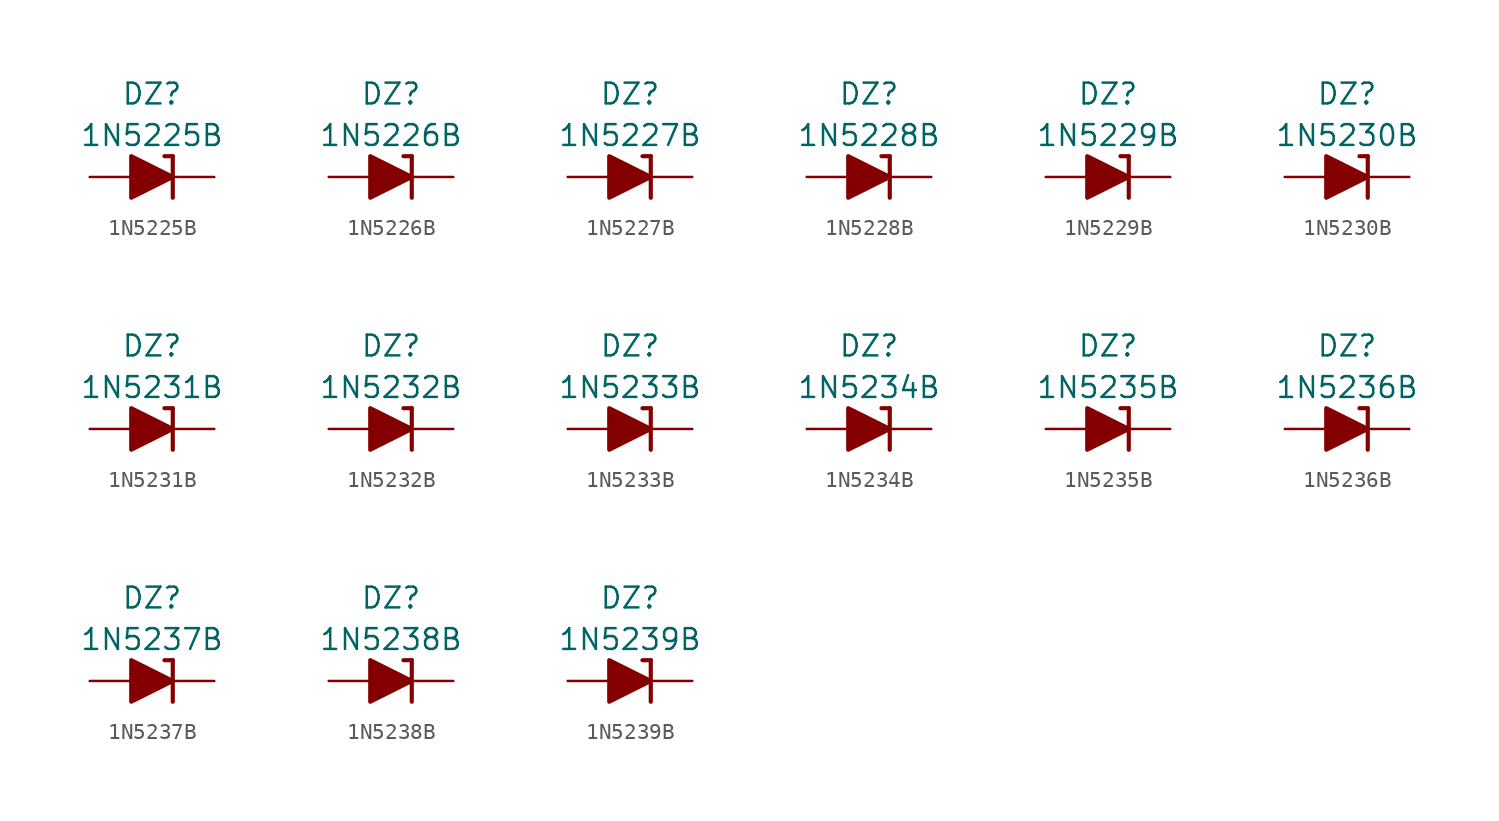
<source format=kicad_sym>
(kicad_symbol_lib
  (version 20211014)
  (generator kicad_symbol_editor)
  (symbol "1N5225B"
    (pin_numbers hide)
    (pin_names
      (offset 1.016) hide)
    (property "Reference" "DZ"
      (at 0 5.08 0)
      (effects (font (size 1.27 1.27))))
    (property "Value" "1N5225B"
      (at 0 2.54 0)
      (effects (font (size 1.27 1.27))))
    (symbol "1N5225B_0_1"
      (polyline (pts (xy -1.27 0) (xy 1.27 0)) (stroke (width 0) (type default) (color 0 0 0 0)) (fill (type none)))
      (polyline (pts (xy 1.27 1.27) (xy 0.762 1.27)) (stroke (width 0.254) (type default) (color 0 0 0 0)) (fill (type none)))
      (polyline (pts (xy 1.27 1.27) (xy 1.27 -1.27)) (stroke (width 0.254) (type default) (color 0 0 0 0)) (fill (type none)))
      (polyline (pts (xy -1.27 -1.27) (xy -1.27 1.27) (xy 1.27 0) (xy -1.27 -1.27)) (stroke (width 0.254) (type default) (color 0 0 0 0)) (fill (type outline))))
    (symbol "1N5225B_1_1"
      (pin passive line (at 3.81 0 180) (length 2.54) (name "K" (effects (font (size 1.27 1.27)))) (number "1" (effects (font (size 1.27 1.27)))))
      (pin passive line (at -3.81 0 0) (length 2.54) (name "A" (effects (font (size 1.27 1.27)))) (number "2" (effects (font (size 1.27 1.27)))))))
  (symbol "1N5226B"
    (pin_numbers hide)
    (pin_names
      (offset 1.016) hide)
    (property "Reference" "DZ"
      (at 0 5.08 0)
      (effects (font (size 1.27 1.27))))
    (property "Value" "1N5226B"
      (at 0 2.54 0)
      (effects (font (size 1.27 1.27))))
    (symbol "1N5226B_0_1"
      (polyline (pts (xy -1.27 0) (xy 1.27 0)) (stroke (width 0) (type default) (color 0 0 0 0)) (fill (type none)))
      (polyline (pts (xy 1.27 1.27) (xy 0.762 1.27)) (stroke (width 0.254) (type default) (color 0 0 0 0)) (fill (type none)))
      (polyline (pts (xy 1.27 1.27) (xy 1.27 -1.27)) (stroke (width 0.254) (type default) (color 0 0 0 0)) (fill (type none)))
      (polyline (pts (xy -1.27 -1.27) (xy -1.27 1.27) (xy 1.27 0) (xy -1.27 -1.27)) (stroke (width 0.254) (type default) (color 0 0 0 0)) (fill (type outline))))
    (symbol "1N5226B_1_1"
      (pin passive line (at 3.81 0 180) (length 2.54) (name "K" (effects (font (size 1.27 1.27)))) (number "1" (effects (font (size 1.27 1.27)))))
      (pin passive line (at -3.81 0 0) (length 2.54) (name "A" (effects (font (size 1.27 1.27)))) (number "2" (effects (font (size 1.27 1.27)))))))
  (symbol "1N5227B"
    (pin_numbers hide)
    (pin_names
      (offset 1.016) hide)
    (property "Reference" "DZ"
      (at 0 5.08 0)
      (effects (font (size 1.27 1.27))))
    (property "Value" "1N5227B"
      (at 0 2.54 0)
      (effects (font (size 1.27 1.27))))
    (symbol "1N5227B_0_1"
      (polyline (pts (xy -1.27 0) (xy 1.27 0)) (stroke (width 0) (type default) (color 0 0 0 0)) (fill (type none)))
      (polyline (pts (xy 1.27 1.27) (xy 0.762 1.27)) (stroke (width 0.254) (type default) (color 0 0 0 0)) (fill (type none)))
      (polyline (pts (xy 1.27 1.27) (xy 1.27 -1.27)) (stroke (width 0.254) (type default) (color 0 0 0 0)) (fill (type none)))
      (polyline (pts (xy -1.27 -1.27) (xy -1.27 1.27) (xy 1.27 0) (xy -1.27 -1.27)) (stroke (width 0.254) (type default) (color 0 0 0 0)) (fill (type outline))))
    (symbol "1N5227B_1_1"
      (pin passive line (at 3.81 0 180) (length 2.54) (name "K" (effects (font (size 1.27 1.27)))) (number "1" (effects (font (size 1.27 1.27)))))
      (pin passive line (at -3.81 0 0) (length 2.54) (name "A" (effects (font (size 1.27 1.27)))) (number "2" (effects (font (size 1.27 1.27)))))))
  (symbol "1N5228B"
    (pin_numbers hide)
    (pin_names
      (offset 1.016) hide)
    (property "Reference" "DZ"
      (at 0 5.08 0)
      (effects (font (size 1.27 1.27))))
    (property "Value" "1N5228B"
      (at 0 2.54 0)
      (effects (font (size 1.27 1.27))))
    (symbol "1N5228B_0_1"
      (polyline (pts (xy -1.27 0) (xy 1.27 0)) (stroke (width 0) (type default) (color 0 0 0 0)) (fill (type none)))
      (polyline (pts (xy 1.27 1.27) (xy 0.762 1.27)) (stroke (width 0.254) (type default) (color 0 0 0 0)) (fill (type none)))
      (polyline (pts (xy 1.27 1.27) (xy 1.27 -1.27)) (stroke (width 0.254) (type default) (color 0 0 0 0)) (fill (type none)))
      (polyline (pts (xy -1.27 -1.27) (xy -1.27 1.27) (xy 1.27 0) (xy -1.27 -1.27)) (stroke (width 0.254) (type default) (color 0 0 0 0)) (fill (type outline))))
    (symbol "1N5228B_1_1"
      (pin passive line (at 3.81 0 180) (length 2.54) (name "K" (effects (font (size 1.27 1.27)))) (number "1" (effects (font (size 1.27 1.27)))))
      (pin passive line (at -3.81 0 0) (length 2.54) (name "A" (effects (font (size 1.27 1.27)))) (number "2" (effects (font (size 1.27 1.27)))))))
  (symbol "1N5229B"
    (pin_numbers hide)
    (pin_names
      (offset 1.016) hide)
    (property "Reference" "DZ"
      (at 0 5.08 0)
      (effects (font (size 1.27 1.27))))
    (property "Value" "1N5229B"
      (at 0 2.54 0)
      (effects (font (size 1.27 1.27))))
    (symbol "1N5229B_0_1"
      (polyline (pts (xy -1.27 0) (xy 1.27 0)) (stroke (width 0) (type default) (color 0 0 0 0)) (fill (type none)))
      (polyline (pts (xy 1.27 1.27) (xy 0.762 1.27)) (stroke (width 0.254) (type default) (color 0 0 0 0)) (fill (type none)))
      (polyline (pts (xy 1.27 1.27) (xy 1.27 -1.27)) (stroke (width 0.254) (type default) (color 0 0 0 0)) (fill (type none)))
      (polyline (pts (xy -1.27 -1.27) (xy -1.27 1.27) (xy 1.27 0) (xy -1.27 -1.27)) (stroke (width 0.254) (type default) (color 0 0 0 0)) (fill (type outline))))
    (symbol "1N5229B_1_1"
      (pin passive line (at 3.81 0 180) (length 2.54) (name "K" (effects (font (size 1.27 1.27)))) (number "1" (effects (font (size 1.27 1.27)))))
      (pin passive line (at -3.81 0 0) (length 2.54) (name "A" (effects (font (size 1.27 1.27)))) (number "2" (effects (font (size 1.27 1.27)))))))
  (symbol "1N5230B"
    (pin_numbers hide)
    (pin_names
      (offset 1.016) hide)
    (property "Reference" "DZ"
      (at 0 5.08 0)
      (effects (font (size 1.27 1.27))))
    (property "Value" "1N5230B"
      (at 0 2.54 0)
      (effects (font (size 1.27 1.27))))
    (symbol "1N5230B_0_1"
      (polyline (pts (xy -1.27 0) (xy 1.27 0)) (stroke (width 0) (type default) (color 0 0 0 0)) (fill (type none)))
      (polyline (pts (xy 1.27 1.27) (xy 0.762 1.27)) (stroke (width 0.254) (type default) (color 0 0 0 0)) (fill (type none)))
      (polyline (pts (xy 1.27 1.27) (xy 1.27 -1.27)) (stroke (width 0.254) (type default) (color 0 0 0 0)) (fill (type none)))
      (polyline (pts (xy -1.27 -1.27) (xy -1.27 1.27) (xy 1.27 0) (xy -1.27 -1.27)) (stroke (width 0.254) (type default) (color 0 0 0 0)) (fill (type outline))))
    (symbol "1N5230B_1_1"
      (pin passive line (at 3.81 0 180) (length 2.54) (name "K" (effects (font (size 1.27 1.27)))) (number "1" (effects (font (size 1.27 1.27)))))
      (pin passive line (at -3.81 0 0) (length 2.54) (name "A" (effects (font (size 1.27 1.27)))) (number "2" (effects (font (size 1.27 1.27)))))))
  (symbol "1N5231B"
    (pin_numbers hide)
    (pin_names
      (offset 1.016) hide)
    (property "Reference" "DZ"
      (at 0 5.08 0)
      (effects (font (size 1.27 1.27))))
    (property "Value" "1N5231B"
      (at 0 2.54 0)
      (effects (font (size 1.27 1.27))))
    (symbol "1N5231B_0_1"
      (polyline (pts (xy -1.27 0) (xy 1.27 0)) (stroke (width 0) (type default) (color 0 0 0 0)) (fill (type none)))
      (polyline (pts (xy 1.27 1.27) (xy 0.762 1.27)) (stroke (width 0.254) (type default) (color 0 0 0 0)) (fill (type none)))
      (polyline (pts (xy 1.27 1.27) (xy 1.27 -1.27)) (stroke (width 0.254) (type default) (color 0 0 0 0)) (fill (type none)))
      (polyline (pts (xy -1.27 -1.27) (xy -1.27 1.27) (xy 1.27 0) (xy -1.27 -1.27)) (stroke (width 0.254) (type default) (color 0 0 0 0)) (fill (type outline))))
    (symbol "1N5231B_1_1"
      (pin passive line (at 3.81 0 180) (length 2.54) (name "K" (effects (font (size 1.27 1.27)))) (number "1" (effects (font (size 1.27 1.27)))))
      (pin passive line (at -3.81 0 0) (length 2.54) (name "A" (effects (font (size 1.27 1.27)))) (number "2" (effects (font (size 1.27 1.27)))))))
  (symbol "1N5232B"
    (pin_numbers hide)
    (pin_names
      (offset 1.016) hide)
    (property "Reference" "DZ"
      (at 0 5.08 0)
      (effects (font (size 1.27 1.27))))
    (property "Value" "1N5232B"
      (at 0 2.54 0)
      (effects (font (size 1.27 1.27))))
    (symbol "1N5232B_0_1"
      (polyline (pts (xy -1.27 0) (xy 1.27 0)) (stroke (width 0) (type default) (color 0 0 0 0)) (fill (type none)))
      (polyline (pts (xy 1.27 1.27) (xy 0.762 1.27)) (stroke (width 0.254) (type default) (color 0 0 0 0)) (fill (type none)))
      (polyline (pts (xy 1.27 1.27) (xy 1.27 -1.27)) (stroke (width 0.254) (type default) (color 0 0 0 0)) (fill (type none)))
      (polyline (pts (xy -1.27 -1.27) (xy -1.27 1.27) (xy 1.27 0) (xy -1.27 -1.27)) (stroke (width 0.254) (type default) (color 0 0 0 0)) (fill (type outline))))
    (symbol "1N5232B_1_1"
      (pin passive line (at 3.81 0 180) (length 2.54) (name "K" (effects (font (size 1.27 1.27)))) (number "1" (effects (font (size 1.27 1.27)))))
      (pin passive line (at -3.81 0 0) (length 2.54) (name "A" (effects (font (size 1.27 1.27)))) (number "2" (effects (font (size 1.27 1.27)))))))
  (symbol "1N5233B"
    (pin_numbers hide)
    (pin_names
      (offset 1.016) hide)
    (property "Reference" "DZ"
      (at 0 5.08 0)
      (effects (font (size 1.27 1.27))))
    (property "Value" "1N5233B"
      (at 0 2.54 0)
      (effects (font (size 1.27 1.27))))
    (symbol "1N5233B_0_1"
      (polyline (pts (xy -1.27 0) (xy 1.27 0)) (stroke (width 0) (type default) (color 0 0 0 0)) (fill (type none)))
      (polyline (pts (xy 1.27 1.27) (xy 0.762 1.27)) (stroke (width 0.254) (type default) (color 0 0 0 0)) (fill (type none)))
      (polyline (pts (xy 1.27 1.27) (xy 1.27 -1.27)) (stroke (width 0.254) (type default) (color 0 0 0 0)) (fill (type none)))
      (polyline (pts (xy -1.27 -1.27) (xy -1.27 1.27) (xy 1.27 0) (xy -1.27 -1.27)) (stroke (width 0.254) (type default) (color 0 0 0 0)) (fill (type outline))))
    (symbol "1N5233B_1_1"
      (pin passive line (at 3.81 0 180) (length 2.54) (name "K" (effects (font (size 1.27 1.27)))) (number "1" (effects (font (size 1.27 1.27)))))
      (pin passive line (at -3.81 0 0) (length 2.54) (name "A" (effects (font (size 1.27 1.27)))) (number "2" (effects (font (size 1.27 1.27)))))))
  (symbol "1N5234B"
    (pin_numbers hide)
    (pin_names
      (offset 1.016) hide)
    (property "Reference" "DZ"
      (at 0 5.08 0)
      (effects (font (size 1.27 1.27))))
    (property "Value" "1N5234B"
      (at 0 2.54 0)
      (effects (font (size 1.27 1.27))))
    (symbol "1N5234B_0_1"
      (polyline (pts (xy -1.27 0) (xy 1.27 0)) (stroke (width 0) (type default) (color 0 0 0 0)) (fill (type none)))
      (polyline (pts (xy 1.27 1.27) (xy 0.762 1.27)) (stroke (width 0.254) (type default) (color 0 0 0 0)) (fill (type none)))
      (polyline (pts (xy 1.27 1.27) (xy 1.27 -1.27)) (stroke (width 0.254) (type default) (color 0 0 0 0)) (fill (type none)))
      (polyline (pts (xy -1.27 -1.27) (xy -1.27 1.27) (xy 1.27 0) (xy -1.27 -1.27)) (stroke (width 0.254) (type default) (color 0 0 0 0)) (fill (type outline))))
    (symbol "1N5234B_1_1"
      (pin passive line (at 3.81 0 180) (length 2.54) (name "K" (effects (font (size 1.27 1.27)))) (number "1" (effects (font (size 1.27 1.27)))))
      (pin passive line (at -3.81 0 0) (length 2.54) (name "A" (effects (font (size 1.27 1.27)))) (number "2" (effects (font (size 1.27 1.27)))))))
  (symbol "1N5235B"
    (pin_numbers hide)
    (pin_names
      (offset 1.016) hide)
    (property "Reference" "DZ"
      (at 0 5.08 0)
      (effects (font (size 1.27 1.27))))
    (property "Value" "1N5235B"
      (at 0 2.54 0)
      (effects (font (size 1.27 1.27))))
    (symbol "1N5235B_0_1"
      (polyline (pts (xy -1.27 0) (xy 1.27 0)) (stroke (width 0) (type default) (color 0 0 0 0)) (fill (type none)))
      (polyline (pts (xy 1.27 1.27) (xy 0.762 1.27)) (stroke (width 0.254) (type default) (color 0 0 0 0)) (fill (type none)))
      (polyline (pts (xy 1.27 1.27) (xy 1.27 -1.27)) (stroke (width 0.254) (type default) (color 0 0 0 0)) (fill (type none)))
      (polyline (pts (xy -1.27 -1.27) (xy -1.27 1.27) (xy 1.27 0) (xy -1.27 -1.27)) (stroke (width 0.254) (type default) (color 0 0 0 0)) (fill (type outline))))
    (symbol "1N5235B_1_1"
      (pin passive line (at 3.81 0 180) (length 2.54) (name "K" (effects (font (size 1.27 1.27)))) (number "1" (effects (font (size 1.27 1.27)))))
      (pin passive line (at -3.81 0 0) (length 2.54) (name "A" (effects (font (size 1.27 1.27)))) (number "2" (effects (font (size 1.27 1.27)))))))
  (symbol "1N5236B"
    (pin_numbers hide)
    (pin_names
      (offset 1.016) hide)
    (property "Reference" "DZ"
      (at 0 5.08 0)
      (effects (font (size 1.27 1.27))))
    (property "Value" "1N5236B"
      (at 0 2.54 0)
      (effects (font (size 1.27 1.27))))
    (symbol "1N5236B_0_1"
      (polyline (pts (xy -1.27 0) (xy 1.27 0)) (stroke (width 0) (type default) (color 0 0 0 0)) (fill (type none)))
      (polyline (pts (xy 1.27 1.27) (xy 0.762 1.27)) (stroke (width 0.254) (type default) (color 0 0 0 0)) (fill (type none)))
      (polyline (pts (xy 1.27 1.27) (xy 1.27 -1.27)) (stroke (width 0.254) (type default) (color 0 0 0 0)) (fill (type none)))
      (polyline (pts (xy -1.27 -1.27) (xy -1.27 1.27) (xy 1.27 0) (xy -1.27 -1.27)) (stroke (width 0.254) (type default) (color 0 0 0 0)) (fill (type outline))))
    (symbol "1N5236B_1_1"
      (pin passive line (at 3.81 0 180) (length 2.54) (name "K" (effects (font (size 1.27 1.27)))) (number "1" (effects (font (size 1.27 1.27)))))
      (pin passive line (at -3.81 0 0) (length 2.54) (name "A" (effects (font (size 1.27 1.27)))) (number "2" (effects (font (size 1.27 1.27)))))))
  (symbol "1N5237B"
    (pin_numbers hide)
    (pin_names
      (offset 1.016) hide)
    (property "Reference" "DZ"
      (at 0 5.08 0)
      (effects (font (size 1.27 1.27))))
    (property "Value" "1N5237B"
      (at 0 2.54 0)
      (effects (font (size 1.27 1.27))))
    (symbol "1N5237B_0_1"
      (polyline (pts (xy -1.27 0) (xy 1.27 0)) (stroke (width 0) (type default) (color 0 0 0 0)) (fill (type none)))
      (polyline (pts (xy 1.27 1.27) (xy 0.762 1.27)) (stroke (width 0.254) (type default) (color 0 0 0 0)) (fill (type none)))
      (polyline (pts (xy 1.27 1.27) (xy 1.27 -1.27)) (stroke (width 0.254) (type default) (color 0 0 0 0)) (fill (type none)))
      (polyline (pts (xy -1.27 -1.27) (xy -1.27 1.27) (xy 1.27 0) (xy -1.27 -1.27)) (stroke (width 0.254) (type default) (color 0 0 0 0)) (fill (type outline))))
    (symbol "1N5237B_1_1"
      (pin passive line (at 3.81 0 180) (length 2.54) (name "K" (effects (font (size 1.27 1.27)))) (number "1" (effects (font (size 1.27 1.27)))))
      (pin passive line (at -3.81 0 0) (length 2.54) (name "A" (effects (font (size 1.27 1.27)))) (number "2" (effects (font (size 1.27 1.27)))))))
  (symbol "1N5238B"
    (pin_numbers hide)
    (pin_names
      (offset 1.016) hide)
    (property "Reference" "DZ"
      (at 0 5.08 0)
      (effects (font (size 1.27 1.27))))
    (property "Value" "1N5238B"
      (at 0 2.54 0)
      (effects (font (size 1.27 1.27))))
    (symbol "1N5238B_0_1"
      (polyline (pts (xy -1.27 0) (xy 1.27 0)) (stroke (width 0) (type default) (color 0 0 0 0)) (fill (type none)))
      (polyline (pts (xy 1.27 1.27) (xy 0.762 1.27)) (stroke (width 0.254) (type default) (color 0 0 0 0)) (fill (type none)))
      (polyline (pts (xy 1.27 1.27) (xy 1.27 -1.27)) (stroke (width 0.254) (type default) (color 0 0 0 0)) (fill (type none)))
      (polyline (pts (xy -1.27 -1.27) (xy -1.27 1.27) (xy 1.27 0) (xy -1.27 -1.27)) (stroke (width 0.254) (type default) (color 0 0 0 0)) (fill (type outline))))
    (symbol "1N5238B_1_1"
      (pin passive line (at 3.81 0 180) (length 2.54) (name "K" (effects (font (size 1.27 1.27)))) (number "1" (effects (font (size 1.27 1.27)))))
      (pin passive line (at -3.81 0 0) (length 2.54) (name "A" (effects (font (size 1.27 1.27)))) (number "2" (effects (font (size 1.27 1.27)))))))
  (symbol "1N5239B"
    (pin_numbers hide)
    (pin_names
      (offset 1.016) hide)
    (property "Reference" "DZ"
      (at 0 5.08 0)
      (effects (font (size 1.27 1.27))))
    (property "Value" "1N5239B"
      (at 0 2.54 0)
      (effects (font (size 1.27 1.27))))
    (symbol "1N5239B_0_1"
      (polyline (pts (xy -1.27 0) (xy 1.27 0)) (stroke (width 0) (type default) (color 0 0 0 0)) (fill (type none)))
      (polyline (pts (xy 1.27 1.27) (xy 0.762 1.27)) (stroke (width 0.254) (type default) (color 0 0 0 0)) (fill (type none)))
      (polyline (pts (xy 1.27 1.27) (xy 1.27 -1.27)) (stroke (width 0.254) (type default) (color 0 0 0 0)) (fill (type none)))
      (polyline (pts (xy -1.27 -1.27) (xy -1.27 1.27) (xy 1.27 0) (xy -1.27 -1.27)) (stroke (width 0.254) (type default) (color 0 0 0 0)) (fill (type outline))))
    (symbol "1N5239B_1_1"
      (pin passive line (at 3.81 0 180) (length 2.54) (name "K" (effects (font (size 1.27 1.27)))) (number "1" (effects (font (size 1.27 1.27)))))
      (pin passive line (at -3.81 0 0) (length 2.54) (name "A" (effects (font (size 1.27 1.27)))) (number "2" (effects (font (size 1.27 1.27))))))))
</source>
